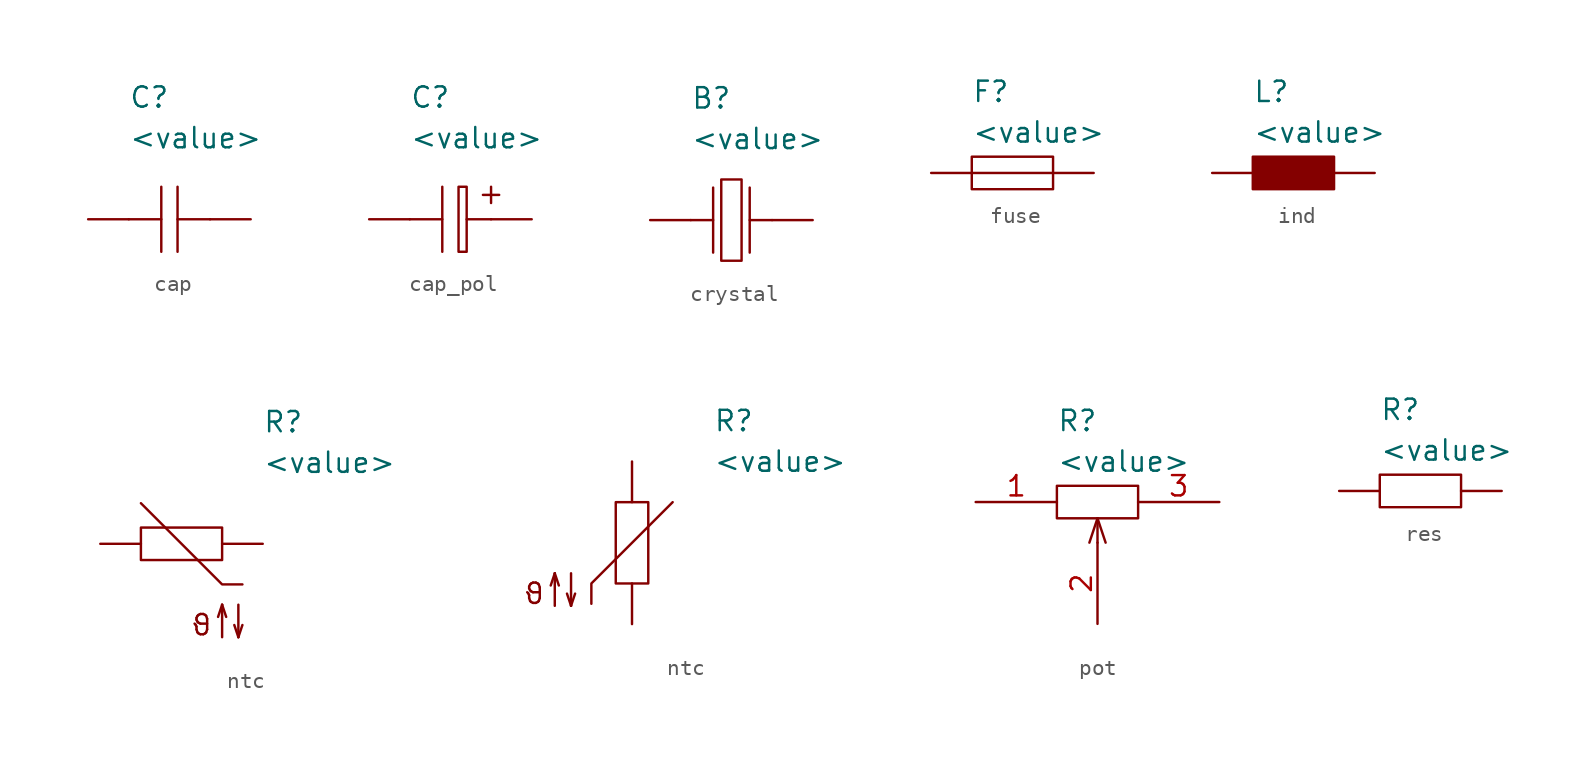
<source format=kicad_sym>
(kicad_symbol_lib
  (version 20231120)
  (generator "kicad_symbol_editor")
  (generator_version "8.0")
  (symbol "cap"
    (pin_numbers hide)
    (pin_names hide)
    (property "Reference" "C"
      (at -2.54 7.62 0)
      (effects (font (size 1.27 1.27)) (justify left)))
    (property "Value" "<value>"
      (at -2.54 5.08 0)
      (effects (font (size 1.27 1.27)) (justify left)))
    (symbol "cap_0_1"
      (polyline (pts (xy -0.508 -2.032) (xy -0.508 2.032)) (stroke (width 0) (type default)) (fill (type none)))
      (polyline (pts (xy -0.508 0) (xy -2.54 0)) (stroke (width 0) (type default)) (fill (type none)))
      (polyline (pts (xy 0.508 -2.032) (xy 0.508 2.032)) (stroke (width 0) (type default)) (fill (type none)))
      (polyline (pts (xy 0.508 0) (xy 2.54 0)) (stroke (width 0) (type default)) (fill (type none))))
    (symbol "cap_1_1"
      (pin passive line (at -5.08 0 0) (length 2.54) (name "1" (effects (font (size 1.27 1.27)))) (number "1" (effects (font (size 1.27 1.27)))))
      (pin passive line (at 5.08 0 180) (length 2.54) (name "2" (effects (font (size 1.27 1.27)))) (number "2" (effects (font (size 1.27 1.27)))))))
  (symbol "cap_pol"
    (pin_numbers hide)
    (pin_names hide)
    (property "Reference" "C"
      (at -2.54 7.62 0)
      (effects (font (size 1.27 1.27)) (justify left)))
    (property "Value" "<value>"
      (at -2.54 5.08 0)
      (effects (font (size 1.27 1.27)) (justify left)))
    (symbol "cap_pol_0_1"
      (polyline (pts (xy -0.508 -2.032) (xy -0.508 2.032)) (stroke (width 0) (type default)) (fill (type none)))
      (polyline (pts (xy -0.508 0) (xy -2.54 0)) (stroke (width 0) (type default)) (fill (type none)))
      (polyline (pts (xy 1.016 0) (xy 2.54 0)) (stroke (width 0) (type default)) (fill (type none)))
      (polyline (pts (xy 2.54 1.016) (xy 2.54 2.032)) (stroke (width 0) (type default)) (fill (type none)))
      (polyline (pts (xy 3.048 1.524) (xy 2.032 1.524)) (stroke (width 0) (type default)) (fill (type none)))
      (rectangle (start 0.508 -2.032) (end 1.016 2.032) (stroke (width 0) (type default)) (fill (type none))))
    (symbol "cap_pol_1_1"
      (pin passive line (at -5.08 0 0) (length 2.54) (name "1" (effects (font (size 1.27 1.27)))) (number "1" (effects (font (size 1.27 1.27)))))
      (pin passive line (at 5.08 0 180) (length 2.54) (name "2" (effects (font (size 1.27 1.27)))) (number "2" (effects (font (size 1.27 1.27)))))))
  (symbol "crystal"
    (pin_numbers hide)
    (pin_names hide)
    (property "Reference" "B"
      (at -2.54 7.62 0)
      (effects (font (size 1.27 1.27)) (justify left)))
    (property "Value" "<value>"
      (at -2.54 5.08 0)
      (effects (font (size 1.27 1.27)) (justify left)))
    (symbol "crystal_0_1"
      (rectangle (start -0.635 2.54) (end 0.635 -2.54) (stroke (width 0) (type default)) (fill (type none)))
      (polyline (pts (xy -1.143 -2.032) (xy -1.143 2.032)) (stroke (width 0) (type default)) (fill (type none)))
      (polyline (pts (xy -1.143 0) (xy -2.54 0)) (stroke (width 0) (type default)) (fill (type none)))
      (polyline (pts (xy 1.143 -2.032) (xy 1.143 2.032)) (stroke (width 0) (type default)) (fill (type none)))
      (polyline (pts (xy 1.143 0) (xy 2.54 0)) (stroke (width 0) (type default)) (fill (type none))))
    (symbol "crystal_1_1"
      (pin passive line (at -5.08 0 0) (length 2.54) (name "1" (effects (font (size 1.27 1.27)))) (number "1" (effects (font (size 1.27 1.27)))))
      (pin passive line (at 5.08 0 180) (length 2.54) (name "2" (effects (font (size 1.27 1.27)))) (number "2" (effects (font (size 1.27 1.27)))))))
  (symbol "fuse"
    (pin_numbers hide)
    (pin_names hide)
    (property "Reference" "F"
      (at -2.54 5.08 0)
      (effects (font (size 1.27 1.27)) (justify left)))
    (property "Value" "<value>"
      (at -2.54 2.54 0)
      (effects (font (size 1.27 1.27)) (justify left)))
    (symbol "fuse_0_1"
      (rectangle (start -2.54 1.016) (end 2.54 -1.016) (stroke (width 0) (type default)) (fill (type none)))
      (polyline (pts (xy -2.54 0) (xy 2.54 0)) (stroke (width 0) (type default)) (fill (type none))))
    (symbol "fuse_1_1"
      (pin passive line (at -5.08 0 0) (length 2.54) (name "1" (effects (font (size 1.27 1.27)))) (number "1" (effects (font (size 1.27 1.27)))))
      (pin passive line (at 5.08 0 180) (length 2.54) (name "2" (effects (font (size 1.27 1.27)))) (number "2" (effects (font (size 1.27 1.27)))))))
  (symbol "ind"
    (pin_numbers hide)
    (pin_names hide)
    (property "Reference" "L"
      (at -2.54 5.08 0)
      (effects (font (size 1.27 1.27)) (justify left)))
    (property "Value" "<value>"
      (at -2.54 2.54 0)
      (effects (font (size 1.27 1.27)) (justify left)))
    (symbol "ind_1_1"
      (rectangle (start -2.54 1.016) (end 2.54 -1.016) (stroke (width 0) (type default)) (fill (type outline)))
      (pin passive line (at -5.08 0 0) (length 2.54) (name "1" (effects (font (size 1.27 1.27)))) (number "1" (effects (font (size 1.27 1.27)))))
      (pin passive line (at 5.08 0 180) (length 2.54) (name "2" (effects (font (size 1.27 1.27)))) (number "2" (effects (font (size 1.27 1.27)))))))
  (symbol "ntc"
    (pin_numbers hide)
    (pin_names hide)
    (property "Reference" "R"
      (at 5.08 7.62 0)
      (effects (font (size 1.27 1.27)) (justify left)))
    (property "Value" "<value>"
      (at 5.08 5.08 0)
      (effects (font (size 1.27 1.27)) (justify left)))
    (symbol "ntc_0_1"
      (polyline (pts (xy -2.54 2.54) (xy 2.54 -2.54) (xy 3.81 -2.54)) (stroke (width 0) (type default)) (fill (type none))))
    (symbol "ntc_0_2"
      (polyline (pts (xy 2.54 2.54) (xy -2.54 -2.54) (xy -2.54 -3.81)) (stroke (width 0) (type default)) (fill (type none))))
    (symbol "ntc_1_1"
      (rectangle (start -2.54 1.016) (end 2.54 -1.016) (stroke (width 0) (type default)) (fill (type none)))
      (polyline (pts (xy 2.286 -4.572) (xy 2.54 -3.81)) (stroke (width 0) (type default)) (fill (type none)))
      (polyline (pts (xy 2.54 -3.81) (xy 2.54 -5.842)) (stroke (width 0) (type default)) (fill (type none)))
      (polyline (pts (xy 2.794 -4.572) (xy 2.54 -3.81)) (stroke (width 0) (type default)) (fill (type none)))
      (polyline (pts (xy 3.302 -5.08) (xy 3.556 -5.842)) (stroke (width 0) (type default)) (fill (type none)))
      (polyline (pts (xy 3.556 -5.842) (xy 3.556 -3.81)) (stroke (width 0) (type default)) (fill (type none)))
      (polyline (pts (xy 3.81 -5.08) (xy 3.556 -5.842)) (stroke (width 0) (type default)) (fill (type none)))
      (text "ϑ" (at 1.27 -5.08 0) (effects (font (size 1.27 1.27))))
      (pin passive line (at -5.08 0 0) (length 2.54) (name "1" (effects (font (size 1.27 1.27)))) (number "1" (effects (font (size 1.27 1.27)))))
      (pin passive line (at 5.08 0 180) (length 2.54) (name "2" (effects (font (size 1.27 1.27)))) (number "2" (effects (font (size 1.27 1.27))))))
    (symbol "ntc_1_2"
      (polyline (pts (xy -5.08 -2.667) (xy -4.826 -1.905)) (stroke (width 0) (type default)) (fill (type none)))
      (polyline (pts (xy -4.826 -1.905) (xy -4.826 -3.937)) (stroke (width 0) (type default)) (fill (type none)))
      (polyline (pts (xy -4.572 -2.667) (xy -4.826 -1.905)) (stroke (width 0) (type default)) (fill (type none)))
      (polyline (pts (xy -4.064 -3.175) (xy -3.81 -3.937)) (stroke (width 0) (type default)) (fill (type none)))
      (polyline (pts (xy -3.81 -3.937) (xy -3.81 -1.905)) (stroke (width 0) (type default)) (fill (type none)))
      (polyline (pts (xy -3.556 -3.175) (xy -3.81 -3.937)) (stroke (width 0) (type default)) (fill (type none)))
      (rectangle (start 1.016 2.54) (end -1.016 -2.54) (stroke (width 0) (type default)) (fill (type none)))
      (text "ϑ" (at -6.096 -3.175 0) (effects (font (size 1.27 1.27))))
      (pin passive line (at 0 5.08 270) (length 2.54) (name "1" (effects (font (size 1.27 1.27)))) (number "1" (effects (font (size 1.27 1.27)))))
      (pin passive line (at 0 -5.08 90) (length 2.54) (name "2" (effects (font (size 1.27 1.27)))) (number "2" (effects (font (size 1.27 1.27)))))))
  (symbol "pot"
    (pin_names hide)
    (property "Reference" "R"
      (at -2.54 5.08 0)
      (effects (font (size 1.27 1.27)) (justify left)))
    (property "Value" "<value>"
      (at -2.54 2.54 0)
      (effects (font (size 1.27 1.27)) (justify left)))
    (symbol "pot_0_1"
      (rectangle (start -2.54 1.016) (end 2.54 -1.016) (stroke (width 0) (type default)) (fill (type none)))
      (polyline (pts (xy 0 -2.54) (xy 0 -1.016)) (stroke (width 0) (type default)) (fill (type none)))
      (polyline (pts (xy 0 -1.016) (xy -0.508 -2.54)) (stroke (width 0) (type default)) (fill (type none)))
      (polyline (pts (xy 0 -1.016) (xy 0.508 -2.54)) (stroke (width 0) (type default)) (fill (type none))))
    (symbol "pot_1_1"
      (pin passive line (at -7.62 0 0) (length 5.08) (name "1" (effects (font (size 1.27 1.27)))) (number "1" (effects (font (size 1.27 1.27)))))
      (pin passive line (at 0 -7.62 90) (length 5.08) (name "3" (effects (font (size 1.27 1.27)))) (number "2" (effects (font (size 1.27 1.27)))))
      (pin passive line (at 7.62 0 180) (length 5.08) (name "2" (effects (font (size 1.27 1.27)))) (number "3" (effects (font (size 1.27 1.27)))))))
  (symbol "res"
    (pin_numbers hide)
    (pin_names hide)
    (property "Reference" "R"
      (at -2.54 5.08 0)
      (effects (font (size 1.27 1.27)) (justify left)))
    (property "Value" "<value>"
      (at -2.54 2.54 0)
      (effects (font (size 1.27 1.27)) (justify left)))
    (symbol "res_1_1"
      (rectangle (start -2.54 1.016) (end 2.54 -1.016) (stroke (width 0) (type default)) (fill (type none)))
      (pin passive line (at -5.08 0 0) (length 2.54) (name "1" (effects (font (size 1.27 1.27)))) (number "1" (effects (font (size 1.27 1.27)))))
      (pin passive line (at 5.08 0 180) (length 2.54) (name "2" (effects (font (size 1.27 1.27)))) (number "2" (effects (font (size 1.27 1.27))))))))
</source>
